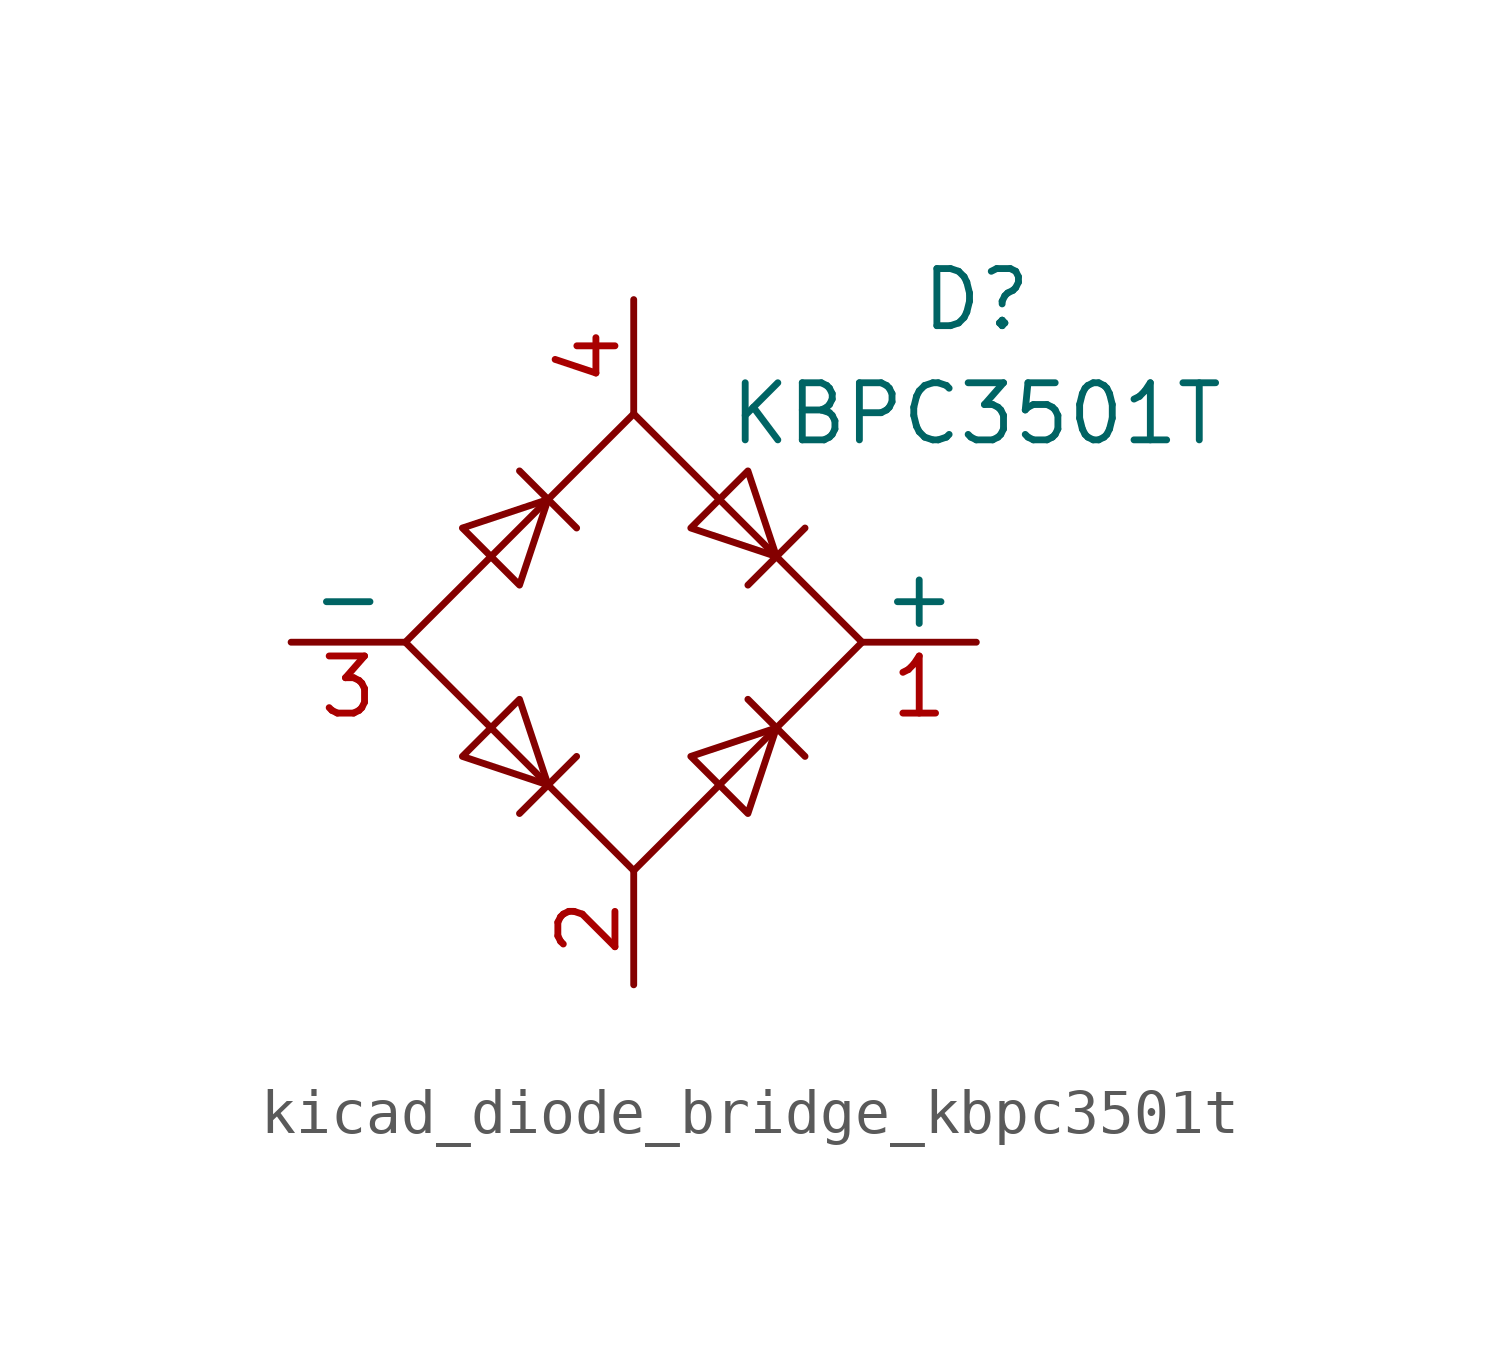
<source format=kicad_sym>
(kicad_symbol_lib
  (version 20220914)
  (generator kicad_symbol_editor)
  (symbol "kicad_diode_bridge_kbpc3501t"
    (pin_names
      (offset 0))
    (property "Reference" "D"
      (at 7.62 7.62 0)
      (effects (font (size 1.27 1.27))))
    (property "Value" "KBPC3501T"
      (at 7.62 5.08 0)
      (effects (font (size 1.27 1.27))))
    (symbol "kicad_diode_bridge_kbpc3501t_0_1"
      (polyline (pts (xy -2.54 3.81) (xy -1.27 2.54)) (stroke (width 0) (type default)) (fill (type none)))
      (polyline (pts (xy -1.27 -2.54) (xy -2.54 -3.81)) (stroke (width 0) (type default)) (fill (type none)))
      (polyline (pts (xy 2.54 -1.27) (xy 3.81 -2.54)) (stroke (width 0) (type default)) (fill (type none)))
      (polyline (pts (xy 2.54 1.27) (xy 3.81 2.54)) (stroke (width 0) (type default)) (fill (type none)))
      (polyline (pts (xy -3.81 2.54) (xy -2.54 1.27) (xy -1.905 3.175) (xy -3.81 2.54)) (stroke (width 0) (type default)) (fill (type none)))
      (polyline (pts (xy -2.54 -1.27) (xy -3.81 -2.54) (xy -1.905 -3.175) (xy -2.54 -1.27)) (stroke (width 0) (type default)) (fill (type none)))
      (polyline (pts (xy 1.27 2.54) (xy 2.54 3.81) (xy 3.175 1.905) (xy 1.27 2.54)) (stroke (width 0) (type default)) (fill (type none)))
      (polyline (pts (xy 3.175 -1.905) (xy 1.27 -2.54) (xy 2.54 -3.81) (xy 3.175 -1.905)) (stroke (width 0) (type default)) (fill (type none)))
      (polyline (pts (xy -5.08 0) (xy 0 -5.08) (xy 5.08 0) (xy 0 5.08) (xy -5.08 0)) (stroke (width 0) (type default)) (fill (type none))))
    (symbol "kicad_diode_bridge_kbpc3501t_1_1"
      (pin passive line (at 7.62 0 180) (length 2.54) (name "+" (effects (font (size 1.27 1.27)))) (number "1" (effects (font (size 1.27 1.27)))))
      (pin passive line (at 0 -7.62 90) (length 2.54) (name "~" (effects (font (size 1.27 1.27)))) (number "2" (effects (font (size 1.27 1.27)))))
      (pin passive line (at -7.62 0 0) (length 2.54) (name "-" (effects (font (size 1.27 1.27)))) (number "3" (effects (font (size 1.27 1.27)))))
      (pin passive line (at 0 7.62 270) (length 2.54) (name "~" (effects (font (size 1.27 1.27)))) (number "4" (effects (font (size 1.27 1.27))))))))
</source>
